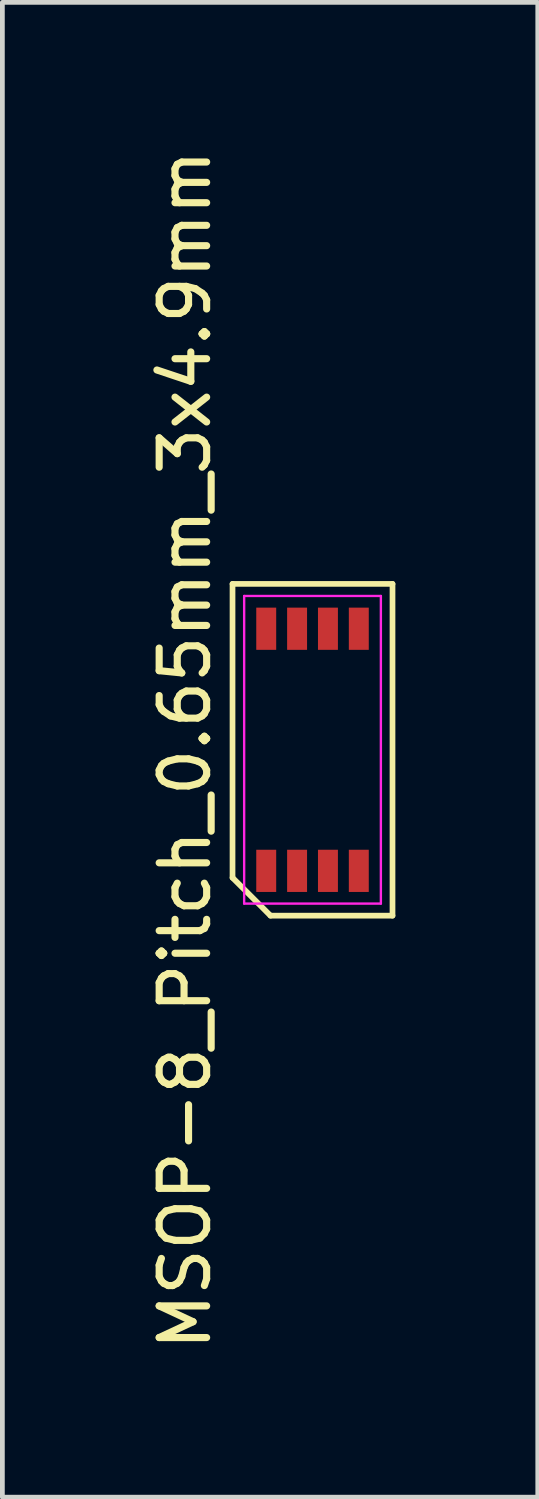
<source format=kicad_pcb>
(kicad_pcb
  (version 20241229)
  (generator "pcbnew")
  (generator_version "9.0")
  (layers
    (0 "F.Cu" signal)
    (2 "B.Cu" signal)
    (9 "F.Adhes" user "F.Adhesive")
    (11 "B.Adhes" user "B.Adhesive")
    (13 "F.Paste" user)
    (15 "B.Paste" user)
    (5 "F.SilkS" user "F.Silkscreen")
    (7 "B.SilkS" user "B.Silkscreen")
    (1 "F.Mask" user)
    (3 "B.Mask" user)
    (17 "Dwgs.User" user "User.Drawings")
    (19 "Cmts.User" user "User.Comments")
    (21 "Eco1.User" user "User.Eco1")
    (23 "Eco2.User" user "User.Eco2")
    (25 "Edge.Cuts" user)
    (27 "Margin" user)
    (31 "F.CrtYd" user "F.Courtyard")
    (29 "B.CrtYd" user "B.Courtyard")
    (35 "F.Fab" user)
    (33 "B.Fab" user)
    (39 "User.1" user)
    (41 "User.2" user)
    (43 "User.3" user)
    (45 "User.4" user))
  (footprint "MSOP-8_Pitch_0.65mm_3x4.9mm"
    (layer "F.Cu")
    (at 3.533 12.744)
    (property "Reference" "MSOP-8_Pitch_0.65mm_3x4.9mm" (at -2.685 0 90) (layer "F.SilkS") (effects (font (size 1 1) (thickness 0.15))))
    (attr smd)
    (fp_line (start -1.685 -3.494) (end 1.685 -3.494) (stroke (width 0.12) (type solid)) (layer "F.SilkS"))
    (fp_line (start -1.685 2.695) (end -1.685 -3.494) (stroke (width 0.12) (type solid)) (layer "F.SilkS"))
    (fp_line (start -0.885 3.494) (end -1.685 2.695) (stroke (width 0.12) (type solid)) (layer "F.SilkS"))
    (fp_line (start 1.685 -3.494) (end 1.685 3.494) (stroke (width 0.12) (type solid)) (layer "F.SilkS"))
    (fp_line (start 1.685 3.494) (end -0.885 3.494) (stroke (width 0.12) (type solid)) (layer "F.SilkS"))
    (fp_line (start -1.44 -3.24) (end 1.44 -3.24) (stroke (width 0.05) (type solid)) (layer "F.CrtYd"))
    (fp_line (start -1.44 3.24) (end -1.44 -3.24) (stroke (width 0.05) (type solid)) (layer "F.CrtYd"))
    (fp_line (start 1.44 -3.24) (end 1.44 3.24) (stroke (width 0.05) (type solid)) (layer "F.CrtYd"))
    (fp_line (start 1.44 3.24) (end -1.44 3.24) (stroke (width 0.05) (type solid)) (layer "F.CrtYd"))
    (pad "1" smd rect (at -0.975 2.55) (size 0.42 0.889) (layers "F.Cu" "F.Mask" "F.Paste"))
    (pad "2" smd rect (at -0.325 2.55) (size 0.42 0.889) (layers "F.Cu" "F.Mask" "F.Paste"))
    (pad "3" smd rect (at 0.325 2.55) (size 0.42 0.889) (layers "F.Cu" "F.Mask" "F.Paste"))
    (pad "4" smd rect (at 0.975 2.55) (size 0.42 0.889) (layers "F.Cu" "F.Mask" "F.Paste"))
    (pad "5" smd rect (at 0.975 -2.55) (size 0.42 0.889) (layers "F.Cu" "F.Mask" "F.Paste"))
    (pad "6" smd rect (at 0.325 -2.55) (size 0.42 0.889) (layers "F.Cu" "F.Mask" "F.Paste"))
    (pad "7" smd rect (at -0.325 -2.55) (size 0.42 0.889) (layers "F.Cu" "F.Mask" "F.Paste"))
    (pad "8" smd rect (at -0.975 -2.55) (size 0.42 0.889) (layers "F.Cu" "F.Mask" "F.Paste")))
  (gr_rect
    (start -3 -3)
    (end 8.278 28.488)
    (stroke (width 0.1) (type default))
    (fill no)
    (layer "Edge.Cuts")))
</source>
